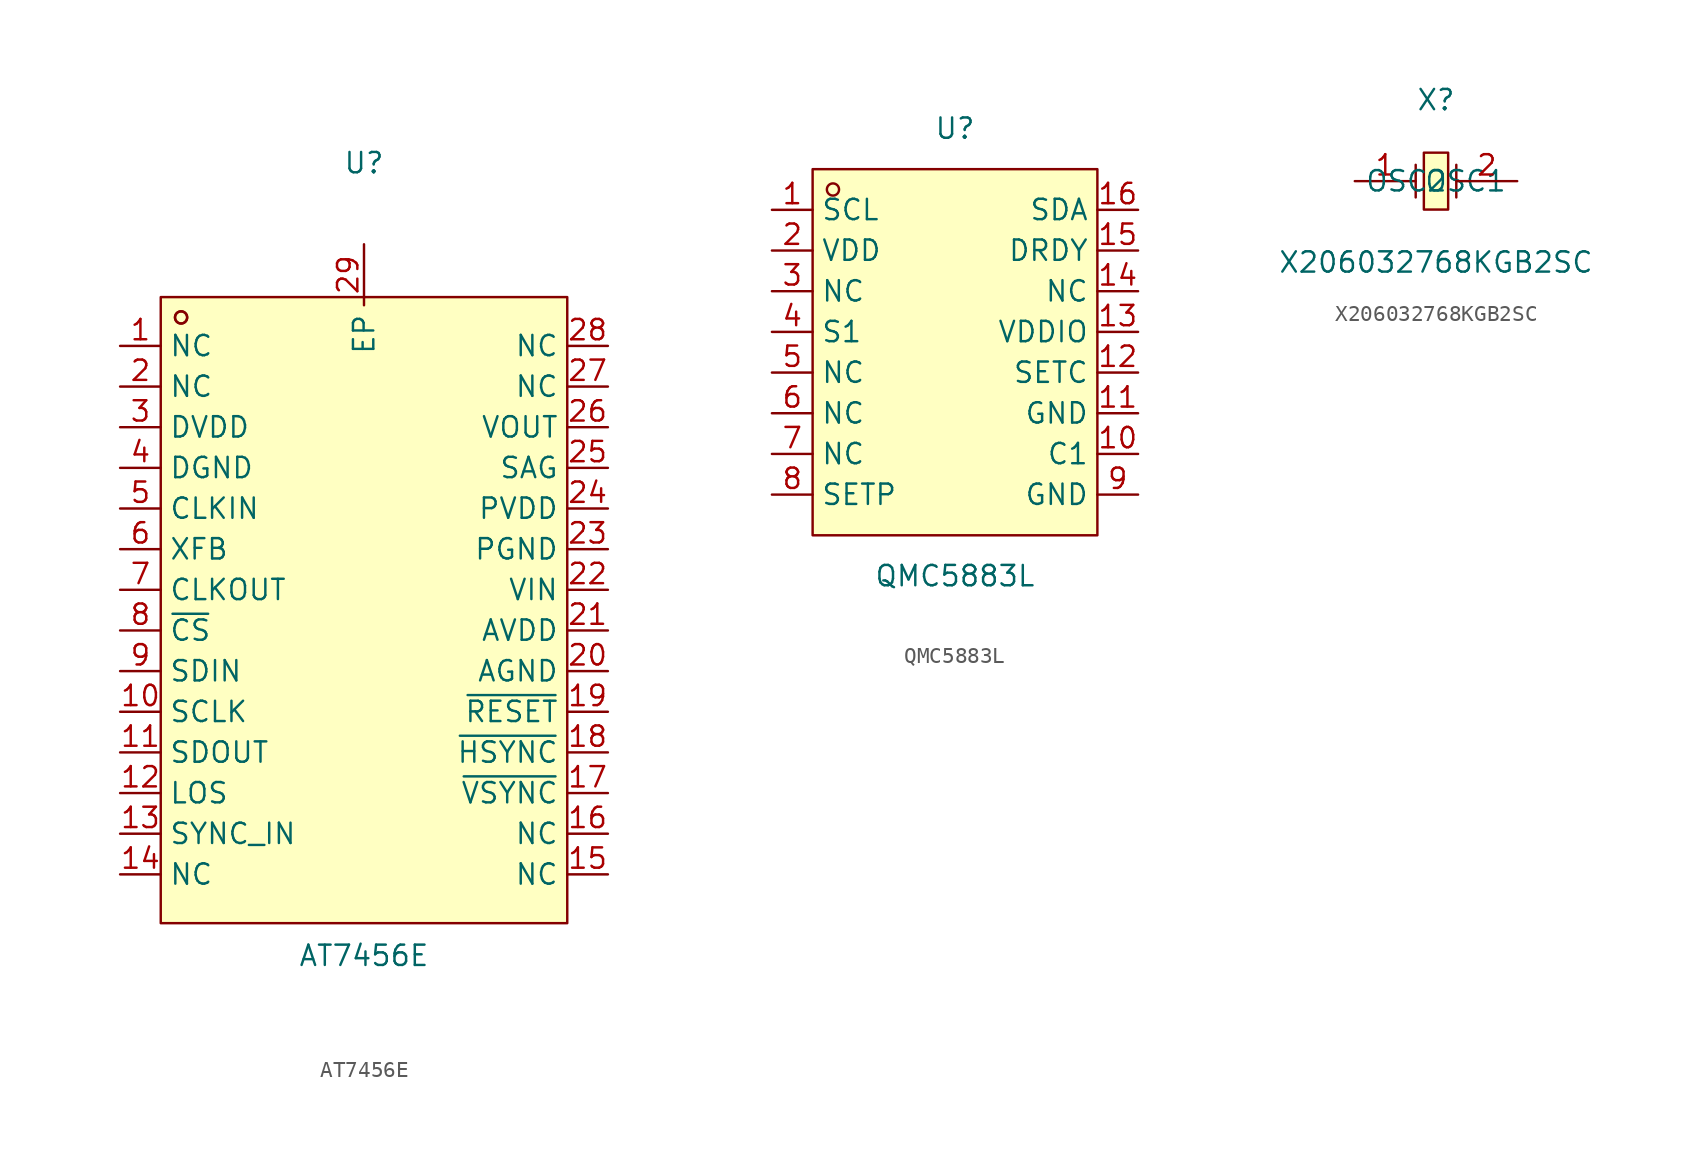
<source format=kicad_sym>
(kicad_symbol_lib
  (version 20211014)
  (generator https://github.com/uPesy/easyeda2kicad.py)
  (symbol "AT7456E"
    (property "Reference" "U"
      (at 0 27.94 0)
      (effects (font (size 1.27 1.27))))
    (property "Value" "AT7456E"
      (at 0 -21.59 0)
      (effects (font (size 1.27 1.27))))
    (symbol "AT7456E_0_1"
      (rectangle (start -12.70 19.56) (end 12.70 -19.56) (stroke (width 0) (type default) (color 0 0 0 0)) (fill (type background)))
      (circle (center -11.43 18.29) (radius 0.38) (stroke (width 0) (type default) (color 0 0 0 0)) (fill (type none)))
      (circle (center -11.43 18.29) (radius 0.38) (stroke (width 0) (type default) (color 0 0 0 0)) (fill (type none)))
      (pin unspecified line (at -15.24 16.51 0) (length 2.54) (name "NC" (effects (font (size 1.27 1.27)))) (number "1" (effects (font (size 1.27 1.27)))))
      (pin unspecified line (at -15.24 13.97 0) (length 2.54) (name "NC" (effects (font (size 1.27 1.27)))) (number "2" (effects (font (size 1.27 1.27)))))
      (pin unspecified line (at -15.24 11.43 0) (length 2.54) (name "DVDD" (effects (font (size 1.27 1.27)))) (number "3" (effects (font (size 1.27 1.27)))))
      (pin unspecified line (at -15.24 8.89 0) (length 2.54) (name "DGND" (effects (font (size 1.27 1.27)))) (number "4" (effects (font (size 1.27 1.27)))))
      (pin unspecified line (at -15.24 6.35 0) (length 2.54) (name "CLKIN" (effects (font (size 1.27 1.27)))) (number "5" (effects (font (size 1.27 1.27)))))
      (pin unspecified line (at -15.24 3.81 0) (length 2.54) (name "XFB" (effects (font (size 1.27 1.27)))) (number "6" (effects (font (size 1.27 1.27)))))
      (pin unspecified line (at -15.24 1.27 0) (length 2.54) (name "CLKOUT" (effects (font (size 1.27 1.27)))) (number "7" (effects (font (size 1.27 1.27)))))
      (pin unspecified line (at -15.24 -1.27 0) (length 2.54) (name "~{CS}" (effects (font (size 1.27 1.27)))) (number "8" (effects (font (size 1.27 1.27)))))
      (pin unspecified line (at -15.24 -3.81 0) (length 2.54) (name "SDIN" (effects (font (size 1.27 1.27)))) (number "9" (effects (font (size 1.27 1.27)))))
      (pin unspecified line (at -15.24 -6.35 0) (length 2.54) (name "SCLK" (effects (font (size 1.27 1.27)))) (number "10" (effects (font (size 1.27 1.27)))))
      (pin unspecified line (at -15.24 -8.89 0) (length 2.54) (name "SDOUT" (effects (font (size 1.27 1.27)))) (number "11" (effects (font (size 1.27 1.27)))))
      (pin unspecified line (at -15.24 -11.43 0) (length 2.54) (name "LOS" (effects (font (size 1.27 1.27)))) (number "12" (effects (font (size 1.27 1.27)))))
      (pin unspecified line (at -15.24 -13.97 0) (length 2.54) (name "SYNC_IN" (effects (font (size 1.27 1.27)))) (number "13" (effects (font (size 1.27 1.27)))))
      (pin unspecified line (at -15.24 -16.51 0) (length 2.54) (name "NC" (effects (font (size 1.27 1.27)))) (number "14" (effects (font (size 1.27 1.27)))))
      (pin unspecified line (at 15.24 -16.51 180) (length 2.54) (name "NC" (effects (font (size 1.27 1.27)))) (number "15" (effects (font (size 1.27 1.27)))))
      (pin unspecified line (at 15.24 -13.97 180) (length 2.54) (name "NC" (effects (font (size 1.27 1.27)))) (number "16" (effects (font (size 1.27 1.27)))))
      (pin unspecified line (at 15.24 -11.43 180) (length 2.54) (name "~{VSYNC}" (effects (font (size 1.27 1.27)))) (number "17" (effects (font (size 1.27 1.27)))))
      (pin unspecified line (at 15.24 -8.89 180) (length 2.54) (name "~{HSYNC}" (effects (font (size 1.27 1.27)))) (number "18" (effects (font (size 1.27 1.27)))))
      (pin unspecified line (at 15.24 -6.35 180) (length 2.54) (name "~{RESET}" (effects (font (size 1.27 1.27)))) (number "19" (effects (font (size 1.27 1.27)))))
      (pin unspecified line (at 15.24 -3.81 180) (length 2.54) (name "AGND" (effects (font (size 1.27 1.27)))) (number "20" (effects (font (size 1.27 1.27)))))
      (pin unspecified line (at 15.24 -1.27 180) (length 2.54) (name "AVDD" (effects (font (size 1.27 1.27)))) (number "21" (effects (font (size 1.27 1.27)))))
      (pin unspecified line (at 15.24 1.27 180) (length 2.54) (name "VIN" (effects (font (size 1.27 1.27)))) (number "22" (effects (font (size 1.27 1.27)))))
      (pin unspecified line (at 15.24 3.81 180) (length 2.54) (name "PGND" (effects (font (size 1.27 1.27)))) (number "23" (effects (font (size 1.27 1.27)))))
      (pin unspecified line (at 15.24 6.35 180) (length 2.54) (name "PVDD" (effects (font (size 1.27 1.27)))) (number "24" (effects (font (size 1.27 1.27)))))
      (pin unspecified line (at 15.24 8.89 180) (length 2.54) (name "SAG" (effects (font (size 1.27 1.27)))) (number "25" (effects (font (size 1.27 1.27)))))
      (pin unspecified line (at 15.24 11.43 180) (length 2.54) (name "VOUT" (effects (font (size 1.27 1.27)))) (number "26" (effects (font (size 1.27 1.27)))))
      (pin unspecified line (at 15.24 13.97 180) (length 2.54) (name "NC" (effects (font (size 1.27 1.27)))) (number "27" (effects (font (size 1.27 1.27)))))
      (pin unspecified line (at 15.24 16.51 180) (length 2.54) (name "NC" (effects (font (size 1.27 1.27)))) (number "28" (effects (font (size 1.27 1.27)))))
      (pin unspecified line (at 0.00 22.86 270) (length 3.81) (name "EP" (effects (font (size 1.27 1.27)))) (number "29" (effects (font (size 1.27 1.27)))))))
  (symbol "QMC5883L"
    (property "Reference" "U"
      (at 0 13.97 0)
      (effects (font (size 1.27 1.27))))
    (property "Value" "QMC5883L"
      (at 0 -13.97 0)
      (effects (font (size 1.27 1.27))))
    (symbol "QMC5883L_0_1"
      (rectangle (start -8.89 11.43) (end 8.89 -11.43) (stroke (width 0) (type default) (color 0 0 0 0)) (fill (type background)))
      (circle (center -7.62 10.16) (radius 0.38) (stroke (width 0) (type default) (color 0 0 0 0)) (fill (type none)))
      (pin unspecified line (at -11.43 8.89 0) (length 2.54) (name "SCL" (effects (font (size 1.27 1.27)))) (number "1" (effects (font (size 1.27 1.27)))))
      (pin unspecified line (at -11.43 6.35 0) (length 2.54) (name "VDD" (effects (font (size 1.27 1.27)))) (number "2" (effects (font (size 1.27 1.27)))))
      (pin unspecified line (at -11.43 3.81 0) (length 2.54) (name "NC" (effects (font (size 1.27 1.27)))) (number "3" (effects (font (size 1.27 1.27)))))
      (pin unspecified line (at -11.43 1.27 0) (length 2.54) (name "S1" (effects (font (size 1.27 1.27)))) (number "4" (effects (font (size 1.27 1.27)))))
      (pin unspecified line (at -11.43 -1.27 0) (length 2.54) (name "NC" (effects (font (size 1.27 1.27)))) (number "5" (effects (font (size 1.27 1.27)))))
      (pin unspecified line (at -11.43 -3.81 0) (length 2.54) (name "NC" (effects (font (size 1.27 1.27)))) (number "6" (effects (font (size 1.27 1.27)))))
      (pin unspecified line (at -11.43 -6.35 0) (length 2.54) (name "NC" (effects (font (size 1.27 1.27)))) (number "7" (effects (font (size 1.27 1.27)))))
      (pin unspecified line (at -11.43 -8.89 0) (length 2.54) (name "SETP" (effects (font (size 1.27 1.27)))) (number "8" (effects (font (size 1.27 1.27)))))
      (pin unspecified line (at 11.43 -8.89 180) (length 2.54) (name "GND" (effects (font (size 1.27 1.27)))) (number "9" (effects (font (size 1.27 1.27)))))
      (pin unspecified line (at 11.43 -6.35 180) (length 2.54) (name "C1" (effects (font (size 1.27 1.27)))) (number "10" (effects (font (size 1.27 1.27)))))
      (pin unspecified line (at 11.43 -3.81 180) (length 2.54) (name "GND" (effects (font (size 1.27 1.27)))) (number "11" (effects (font (size 1.27 1.27)))))
      (pin unspecified line (at 11.43 -1.27 180) (length 2.54) (name "SETC" (effects (font (size 1.27 1.27)))) (number "12" (effects (font (size 1.27 1.27)))))
      (pin unspecified line (at 11.43 1.27 180) (length 2.54) (name "VDDIO" (effects (font (size 1.27 1.27)))) (number "13" (effects (font (size 1.27 1.27)))))
      (pin unspecified line (at 11.43 3.81 180) (length 2.54) (name "NC" (effects (font (size 1.27 1.27)))) (number "14" (effects (font (size 1.27 1.27)))))
      (pin unspecified line (at 11.43 6.35 180) (length 2.54) (name "DRDY" (effects (font (size 1.27 1.27)))) (number "15" (effects (font (size 1.27 1.27)))))
      (pin unspecified line (at 11.43 8.89 180) (length 2.54) (name "SDA" (effects (font (size 1.27 1.27)))) (number "16" (effects (font (size 1.27 1.27)))))))
  (symbol "X206032768KGB2SC"
    (property "Reference" "X"
      (at 0 5.08 0)
      (effects (font (size 1.27 1.27))))
    (property "Value" "X206032768KGB2SC"
      (at 0 -5.08 0)
      (effects (font (size 1.27 1.27))))
    (symbol "X206032768KGB2SC_0_1"
      (rectangle (start -0.76 1.78) (end 0.76 -1.78) (stroke (width 0) (type default) (color 0 0 0 0)) (fill (type background)))
      (polyline (pts (xy 1.27 1.02) (xy 1.27 -1.02)) (stroke (width 0) (type default) (color 0 0 0 0)) (fill (type none)))
      (polyline (pts (xy -1.27 1.02) (xy -1.27 -1.02)) (stroke (width 0) (type default) (color 0 0 0 0)) (fill (type none)))
      (pin unspecified line (at -5.08 -0.00 0) (length 3.81) (name "OSC1" (effects (font (size 1.27 1.27)))) (number "1" (effects (font (size 1.27 1.27)))))
      (pin unspecified line (at 5.08 -0.00 180) (length 3.81) (name "OSC2" (effects (font (size 1.27 1.27)))) (number "2" (effects (font (size 1.27 1.27))))))))
</source>
